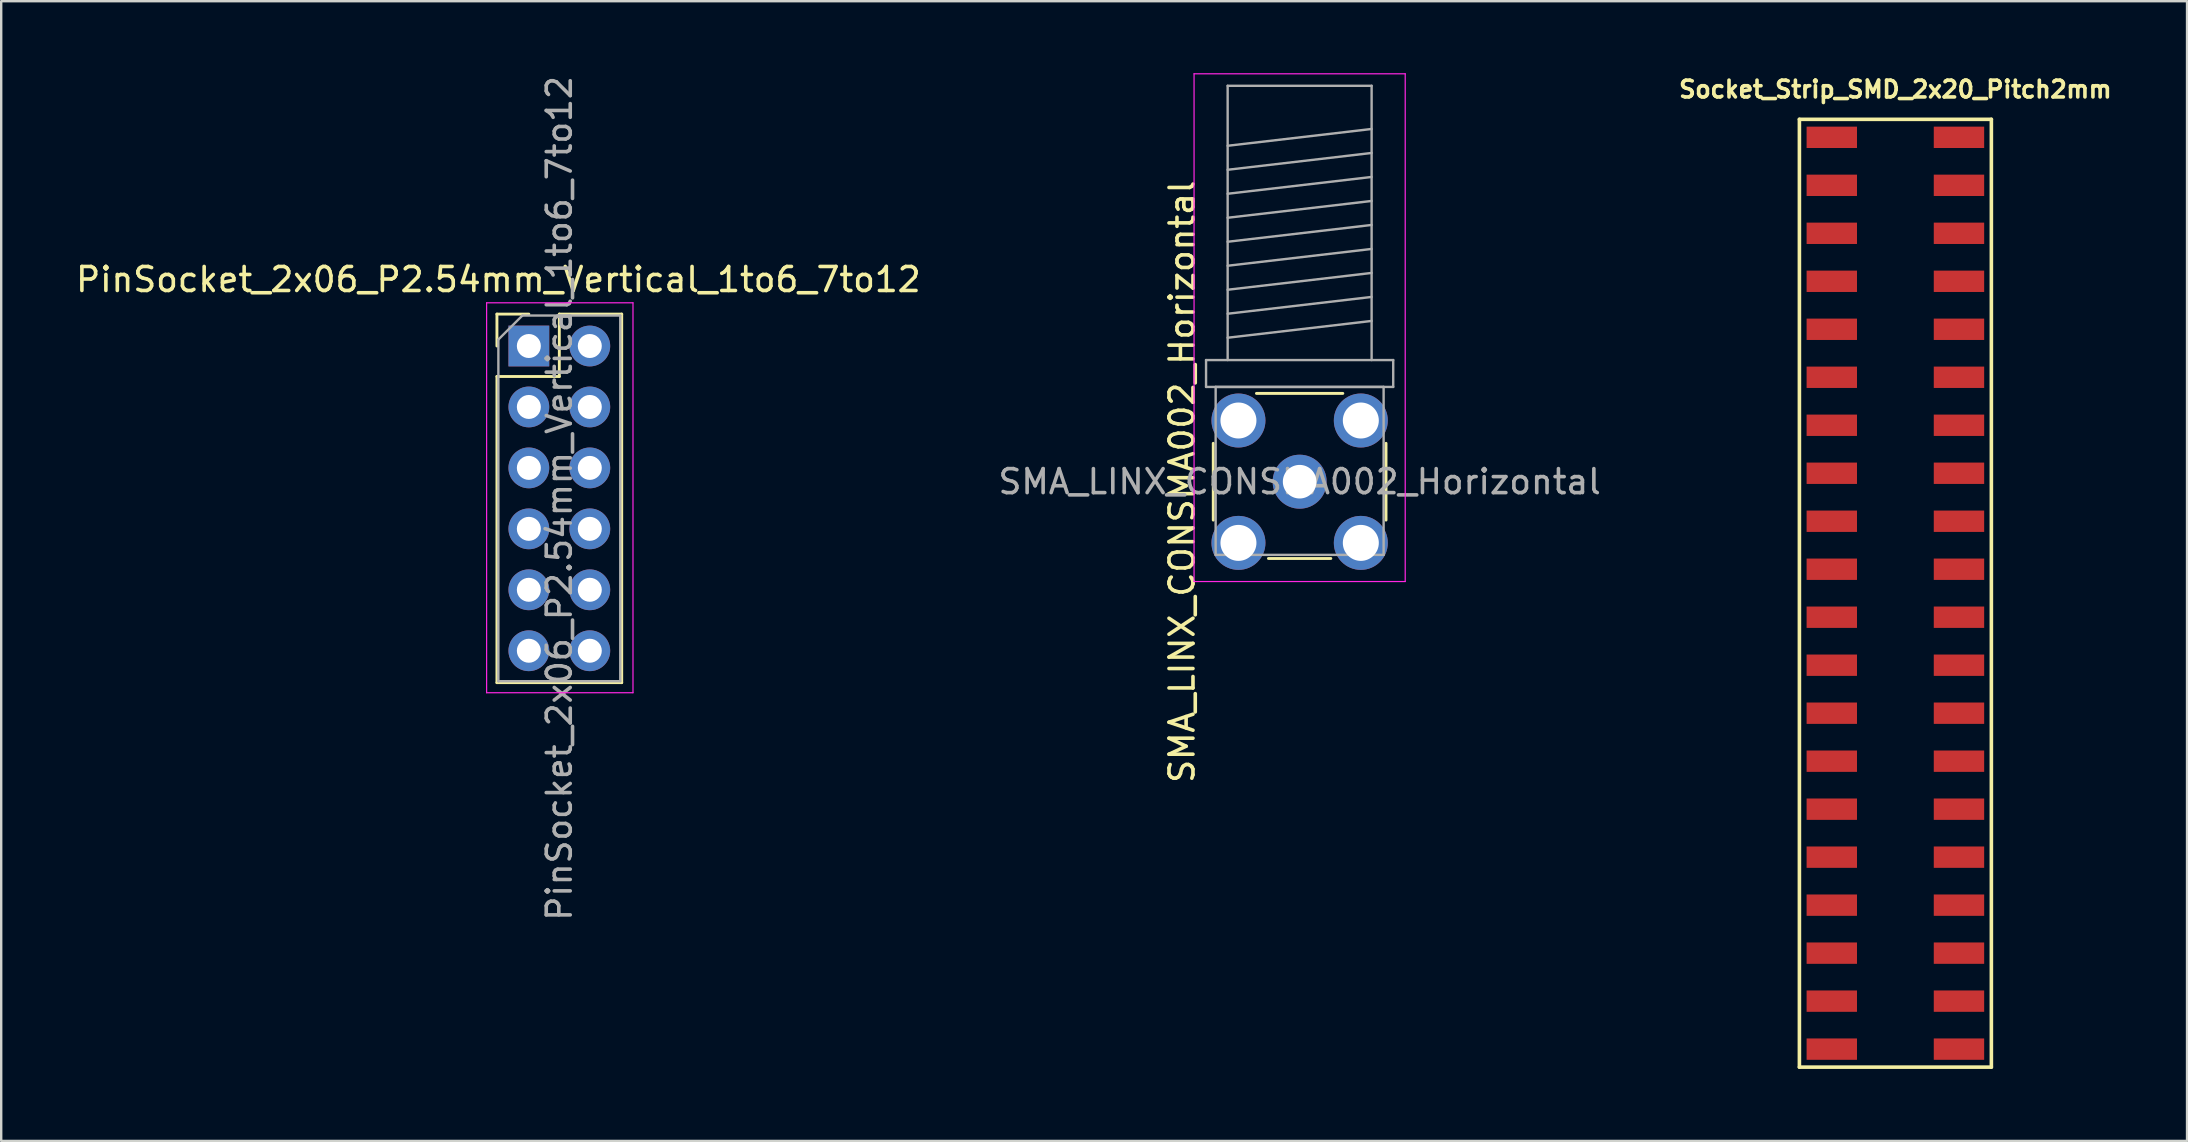
<source format=kicad_pcb>
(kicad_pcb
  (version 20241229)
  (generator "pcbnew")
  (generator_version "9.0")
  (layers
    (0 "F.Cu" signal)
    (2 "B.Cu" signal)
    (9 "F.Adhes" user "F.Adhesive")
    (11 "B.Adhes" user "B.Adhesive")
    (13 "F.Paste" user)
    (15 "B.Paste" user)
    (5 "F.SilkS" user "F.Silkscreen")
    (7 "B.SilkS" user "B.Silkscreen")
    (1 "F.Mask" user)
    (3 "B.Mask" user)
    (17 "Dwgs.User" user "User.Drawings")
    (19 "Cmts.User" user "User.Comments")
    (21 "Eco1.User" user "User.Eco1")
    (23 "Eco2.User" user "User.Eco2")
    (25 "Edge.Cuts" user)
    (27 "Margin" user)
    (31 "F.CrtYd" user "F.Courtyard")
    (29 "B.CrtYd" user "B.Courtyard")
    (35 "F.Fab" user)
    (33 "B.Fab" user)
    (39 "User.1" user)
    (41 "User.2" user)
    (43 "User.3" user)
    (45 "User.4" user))
  (footprint "SMA_LINX_CONSMA002_Horizontal"
    (layer "F.Cu")
    (at 51.113 17.025)
    (property "Reference" "SMA_LINX_CONSMA002_Horizontal" (at -4.9 0 90) (layer "F.SilkS") (effects (font (size 1 1) (thickness 0.15))))
    (attr through_hole)
    (fp_line (start -3.6 -1.6) (end -3.6 1.6) (stroke (width 0.12) (type solid)) (layer "F.SilkS"))
    (fp_line (start -1.8 -3.68) (end 1.8 -3.68) (stroke (width 0.12) (type solid)) (layer "F.SilkS"))
    (fp_line (start -1.3 3.2) (end 1.3 3.2) (stroke (width 0.12) (type solid)) (layer "F.SilkS"))
    (fp_line (start 3.6 -1.6) (end 3.6 1.6) (stroke (width 0.12) (type solid)) (layer "F.SilkS"))
    (fp_line (start -4.4 -17) (end -4.4 4.16) (stroke (width 0.05) (type solid)) (layer "F.CrtYd"))
    (fp_line (start -4.4 -17) (end 4.4 -17) (stroke (width 0.05) (type solid)) (layer "F.CrtYd"))
    (fp_line (start 4.4 4.16) (end -4.4 4.16) (stroke (width 0.05) (type solid)) (layer "F.CrtYd"))
    (fp_line (start 4.4 4.16) (end 4.4 -17) (stroke (width 0.05) (type solid)) (layer "F.CrtYd"))
    (fp_line (start -3.9 -5.07) (end -3.9 -3.95) (stroke (width 0.1) (type solid)) (layer "F.Fab"))
    (fp_line (start -3.9 -3.95) (end 3.9 -3.95) (stroke (width 0.1) (type solid)) (layer "F.Fab"))
    (fp_line (start -3.5 -3.95) (end -3.5 3.05) (stroke (width 0.1) (type solid)) (layer "F.Fab"))
    (fp_line (start -3.5 -3.95) (end 3.5 -3.95) (stroke (width 0.1) (type solid)) (layer "F.Fab"))
    (fp_line (start -3.5 3.05) (end 3.5 3.05) (stroke (width 0.1) (type solid)) (layer "F.Fab"))
    (fp_line (start -3 -16.5) (end -3 -5.07) (stroke (width 0.1) (type solid)) (layer "F.Fab"))
    (fp_line (start -3 -16.5) (end 3 -16.5) (stroke (width 0.1) (type solid)) (layer "F.Fab"))
    (fp_line (start -3 -14) (end 3 -14.7) (stroke (width 0.1) (type solid)) (layer "F.Fab"))
    (fp_line (start -3 -13) (end 3 -13.7) (stroke (width 0.1) (type solid)) (layer "F.Fab"))
    (fp_line (start -3 -12) (end 3 -12.7) (stroke (width 0.1) (type solid)) (layer "F.Fab"))
    (fp_line (start -3 -11) (end 3 -11.7) (stroke (width 0.1) (type solid)) (layer "F.Fab"))
    (fp_line (start -3 -10) (end 3 -10.7) (stroke (width 0.1) (type solid)) (layer "F.Fab"))
    (fp_line (start -3 -9) (end 3 -9.7) (stroke (width 0.1) (type solid)) (layer "F.Fab"))
    (fp_line (start -3 -8) (end 3 -8.7) (stroke (width 0.1) (type solid)) (layer "F.Fab"))
    (fp_line (start -3 -7) (end 3 -7.7) (stroke (width 0.1) (type solid)) (layer "F.Fab"))
    (fp_line (start -3 -6) (end 3 -6.7) (stroke (width 0.1) (type solid)) (layer "F.Fab"))
    (fp_line (start 3 -16.5) (end 3 -5.07) (stroke (width 0.1) (type solid)) (layer "F.Fab"))
    (fp_line (start 3.5 -3.95) (end 3.5 3.05) (stroke (width 0.1) (type solid)) (layer "F.Fab"))
    (fp_line (start 3.9 -5.07) (end -3.9 -5.07) (stroke (width 0.1) (type solid)) (layer "F.Fab"))
    (fp_line (start 3.9 -3.95) (end 3.9 -5.07) (stroke (width 0.1) (type solid)) (layer "F.Fab"))
    (fp_text user "${REFERENCE}" (at 0 0 0) (layer "F.Fab") (effects (font (size 1 1) (thickness 0.15))))
    (pad "1" thru_hole circle (at 0 0) (size 2.25 2.25) (drill 1.4) (layers "*.Cu" "*.Mask"))
    (pad "2" thru_hole circle (at -2.55 -2.55) (size 2.25 2.25) (drill 1.5) (layers "*.Cu" "*.Mask"))
    (pad "2" thru_hole circle (at -2.55 2.55) (size 2.25 2.25) (drill 1.5) (layers "*.Cu" "*.Mask"))
    (pad "2" thru_hole circle (at 2.55 -2.55) (size 2.25 2.25) (drill 1.5) (layers "*.Cu" "*.Mask"))
    (pad "2" thru_hole circle (at 2.55 2.55 90) (size 2.25 2.25) (drill 1.5) (layers "*.Cu" "*.Mask")))
  (footprint "PinSocket_2x06_P2.54mm_Vertical_1to6_7to12"
    (layer "F.Cu")
    (at 18.99 11.37)
    (property "Reference" "PinSocket_2x06_P2.54mm_Vertical_1to6_7to12" (at -1.27 -2.77 0) (layer "F.SilkS") (effects (font (size 1 1) (thickness 0.15))))
    (attr through_hole)
    (fp_line (start -1.33 -1.33) (end -1.33 0) (stroke (width 0.12) (type solid)) (layer "F.SilkS"))
    (fp_line (start -1.33 1.27) (end -1.33 14.03) (stroke (width 0.12) (type solid)) (layer "F.SilkS"))
    (fp_line (start 0 -1.33) (end -1.33 -1.33) (stroke (width 0.12) (type solid)) (layer "F.SilkS"))
    (fp_line (start 1.27 -1.33) (end 1.27 1.27) (stroke (width 0.12) (type solid)) (layer "F.SilkS"))
    (fp_line (start 1.27 1.27) (end -1.33 1.27) (stroke (width 0.12) (type solid)) (layer "F.SilkS"))
    (fp_line (start 3.87 -1.33) (end 1.27 -1.33) (stroke (width 0.12) (type solid)) (layer "F.SilkS"))
    (fp_line (start 3.87 -1.33) (end 3.87 14.03) (stroke (width 0.12) (type solid)) (layer "F.SilkS"))
    (fp_line (start 3.87 14.03) (end -1.33 14.03) (stroke (width 0.12) (type solid)) (layer "F.SilkS"))
    (fp_line (start -1.76 -1.8) (end -1.76 14.45) (stroke (width 0.05) (type solid)) (layer "F.CrtYd"))
    (fp_line (start -1.76 14.45) (end 4.34 14.45) (stroke (width 0.05) (type solid)) (layer "F.CrtYd"))
    (fp_line (start 4.34 -1.8) (end -1.76 -1.8) (stroke (width 0.05) (type solid)) (layer "F.CrtYd"))
    (fp_line (start 4.34 14.45) (end 4.34 -1.8) (stroke (width 0.05) (type solid)) (layer "F.CrtYd"))
    (fp_line (start -1.27 -0.27) (end -1.27 13.97) (stroke (width 0.1) (type solid)) (layer "F.Fab"))
    (fp_line (start -1.27 13.97) (end 3.81 13.97) (stroke (width 0.1) (type solid)) (layer "F.Fab"))
    (fp_line (start -0.27 -1.27) (end -1.27 -0.27) (stroke (width 0.1) (type solid)) (layer "F.Fab"))
    (fp_line (start 3.81 -1.27) (end -0.27 -1.27) (stroke (width 0.1) (type solid)) (layer "F.Fab"))
    (fp_line (start 3.81 13.97) (end 3.81 -1.27) (stroke (width 0.1) (type solid)) (layer "F.Fab"))
    (fp_text user "${REFERENCE}" (at 1.27 6.35 90) (layer "F.Fab") (effects (font (size 1 1) (thickness 0.15))))
    (pad "1" thru_hole rect (at 0 0) (size 1.7 1.7) (drill 1) (layers "*.Cu" "*.Mask"))
    (pad "2" thru_hole oval (at 0 2.54) (size 1.7 1.7) (drill 1) (layers "*.Cu" "*.Mask"))
    (pad "3" thru_hole oval (at 0 5.08) (size 1.7 1.7) (drill 1) (layers "*.Cu" "*.Mask"))
    (pad "4" thru_hole oval (at 0 7.62) (size 1.7 1.7) (drill 1) (layers "*.Cu" "*.Mask"))
    (pad "5" thru_hole oval (at 0 10.16) (size 1.7 1.7) (drill 1) (layers "*.Cu" "*.Mask"))
    (pad "6" thru_hole oval (at 0 12.7) (size 1.7 1.7) (drill 1) (layers "*.Cu" "*.Mask"))
    (pad "7" thru_hole oval (at 2.54 0) (size 1.7 1.7) (drill 1) (layers "*.Cu" "*.Mask"))
    (pad "8" thru_hole oval (at 2.54 2.54) (size 1.7 1.7) (drill 1) (layers "*.Cu" "*.Mask"))
    (pad "9" thru_hole oval (at 2.54 5.08) (size 1.7 1.7) (drill 1) (layers "*.Cu" "*.Mask"))
    (pad "10" thru_hole oval (at 2.54 7.62) (size 1.7 1.7) (drill 1) (layers "*.Cu" "*.Mask"))
    (pad "11" thru_hole oval (at 2.54 10.16) (size 1.7 1.7) (drill 1) (layers "*.Cu" "*.Mask"))
    (pad "12" thru_hole oval (at 2.54 12.7) (size 1.7 1.7) (drill 1) (layers "*.Cu" "*.Mask")))
  (footprint "Socket_Strip_SMD_2x20_Pitch2mm"
    (layer "F.Cu")
    (at 74.941 2.673)
    (property "Reference" "Socket_Strip_SMD_2x20_Pitch2mm" (at 1 -2 0) (layer "F.SilkS") (effects (font (size 0.7 0.7) (thickness 0.15))))
    (attr smd)
    (fp_line (start -3 -0.75) (end -3 38.75) (stroke (width 0.15) (type solid)) (layer "F.SilkS"))
    (fp_line (start 5 -0.75) (end -3 -0.75) (stroke (width 0.15) (type solid)) (layer "F.SilkS"))
    (fp_line (start 5 38.75) (end -3 38.75) (stroke (width 0.15) (type solid)) (layer "F.SilkS"))
    (fp_line (start 5 38.75) (end 5 -0.75) (stroke (width 0.15) (type solid)) (layer "F.SilkS"))
    (pad "1" smd rect (at -1.65 0 270) (size 0.89 2.1) (layers "F.Cu" "F.Mask" "F.Paste"))
    (pad "2" smd rect (at 3.65 0 270) (size 0.89 2.1) (layers "F.Cu" "F.Mask" "F.Paste"))
    (pad "3" smd rect (at -1.65 2 270) (size 0.89 2.1) (layers "F.Cu" "F.Mask" "F.Paste"))
    (pad "4" smd rect (at 3.65 2 270) (size 0.89 2.1) (layers "F.Cu" "F.Mask" "F.Paste"))
    (pad "5" smd rect (at -1.65 4 270) (size 0.89 2.1) (layers "F.Cu" "F.Mask" "F.Paste"))
    (pad "6" smd rect (at 3.65 4 270) (size 0.89 2.1) (layers "F.Cu" "F.Mask" "F.Paste"))
    (pad "7" smd rect (at -1.65 6 270) (size 0.89 2.1) (layers "F.Cu" "F.Mask" "F.Paste"))
    (pad "8" smd rect (at 3.65 6 270) (size 0.89 2.1) (layers "F.Cu" "F.Mask" "F.Paste"))
    (pad "9" smd rect (at -1.65 8 270) (size 0.89 2.1) (layers "F.Cu" "F.Mask" "F.Paste"))
    (pad "10" smd rect (at 3.65 8 270) (size 0.89 2.1) (layers "F.Cu" "F.Mask" "F.Paste"))
    (pad "11" smd rect (at -1.65 10 270) (size 0.89 2.1) (layers "F.Cu" "F.Mask" "F.Paste"))
    (pad "12" smd rect (at 3.65 10 270) (size 0.89 2.1) (layers "F.Cu" "F.Mask" "F.Paste"))
    (pad "13" smd rect (at -1.65 12 270) (size 0.89 2.1) (layers "F.Cu" "F.Mask" "F.Paste"))
    (pad "14" smd rect (at 3.65 12 270) (size 0.89 2.1) (layers "F.Cu" "F.Mask" "F.Paste"))
    (pad "15" smd rect (at -1.65 14 270) (size 0.89 2.1) (layers "F.Cu" "F.Mask" "F.Paste"))
    (pad "16" smd rect (at 3.65 14 270) (size 0.89 2.1) (layers "F.Cu" "F.Mask" "F.Paste"))
    (pad "17" smd rect (at -1.65 16 270) (size 0.89 2.1) (layers "F.Cu" "F.Mask" "F.Paste"))
    (pad "18" smd rect (at 3.65 16 270) (size 0.89 2.1) (layers "F.Cu" "F.Mask" "F.Paste"))
    (pad "19" smd rect (at -1.65 18 270) (size 0.89 2.1) (layers "F.Cu" "F.Mask" "F.Paste"))
    (pad "20" smd rect (at 3.65 18 270) (size 0.89 2.1) (layers "F.Cu" "F.Mask" "F.Paste"))
    (pad "21" smd rect (at -1.65 20 270) (size 0.89 2.1) (layers "F.Cu" "F.Mask" "F.Paste"))
    (pad "22" smd rect (at 3.65 20 270) (size 0.89 2.1) (layers "F.Cu" "F.Mask" "F.Paste"))
    (pad "23" smd rect (at -1.65 22 270) (size 0.89 2.1) (layers "F.Cu" "F.Mask" "F.Paste"))
    (pad "24" smd rect (at 3.65 22 270) (size 0.89 2.1) (layers "F.Cu" "F.Mask" "F.Paste"))
    (pad "25" smd rect (at -1.65 24 270) (size 0.89 2.1) (layers "F.Cu" "F.Mask" "F.Paste"))
    (pad "26" smd rect (at 3.65 24 270) (size 0.89 2.1) (layers "F.Cu" "F.Mask" "F.Paste"))
    (pad "27" smd rect (at -1.65 26 270) (size 0.89 2.1) (layers "F.Cu" "F.Mask" "F.Paste"))
    (pad "28" smd rect (at 3.65 26 270) (size 0.89 2.1) (layers "F.Cu" "F.Mask" "F.Paste"))
    (pad "29" smd rect (at -1.65 28 270) (size 0.89 2.1) (layers "F.Cu" "F.Mask" "F.Paste"))
    (pad "30" smd rect (at 3.65 28 270) (size 0.89 2.1) (layers "F.Cu" "F.Mask" "F.Paste"))
    (pad "31" smd rect (at -1.65 30 270) (size 0.89 2.1) (layers "F.Cu" "F.Mask" "F.Paste"))
    (pad "32" smd rect (at 3.65 30 270) (size 0.89 2.1) (layers "F.Cu" "F.Mask" "F.Paste"))
    (pad "33" smd rect (at -1.65 32 270) (size 0.89 2.1) (layers "F.Cu" "F.Mask" "F.Paste"))
    (pad "34" smd rect (at 3.65 32 270) (size 0.89 2.1) (layers "F.Cu" "F.Mask" "F.Paste"))
    (pad "35" smd rect (at -1.65 34 270) (size 0.89 2.1) (layers "F.Cu" "F.Mask" "F.Paste"))
    (pad "36" smd rect (at 3.65 34 270) (size 0.89 2.1) (layers "F.Cu" "F.Mask" "F.Paste"))
    (pad "37" smd rect (at -1.65 36 270) (size 0.89 2.1) (layers "F.Cu" "F.Mask" "F.Paste"))
    (pad "38" smd rect (at 3.65 36 270) (size 0.89 2.1) (layers "F.Cu" "F.Mask" "F.Paste"))
    (pad "39" smd rect (at -1.65 38 270) (size 0.89 2.1) (layers "F.Cu" "F.Mask" "F.Paste"))
    (pad "40" smd rect (at 3.65 38 270) (size 0.89 2.1) (layers "F.Cu" "F.Mask" "F.Paste")))
  (gr_rect
    (start -3 -3)
    (end 88.096 44.498)
    (stroke (width 0.1) (type default))
    (fill no)
    (layer "Edge.Cuts")))
</source>
